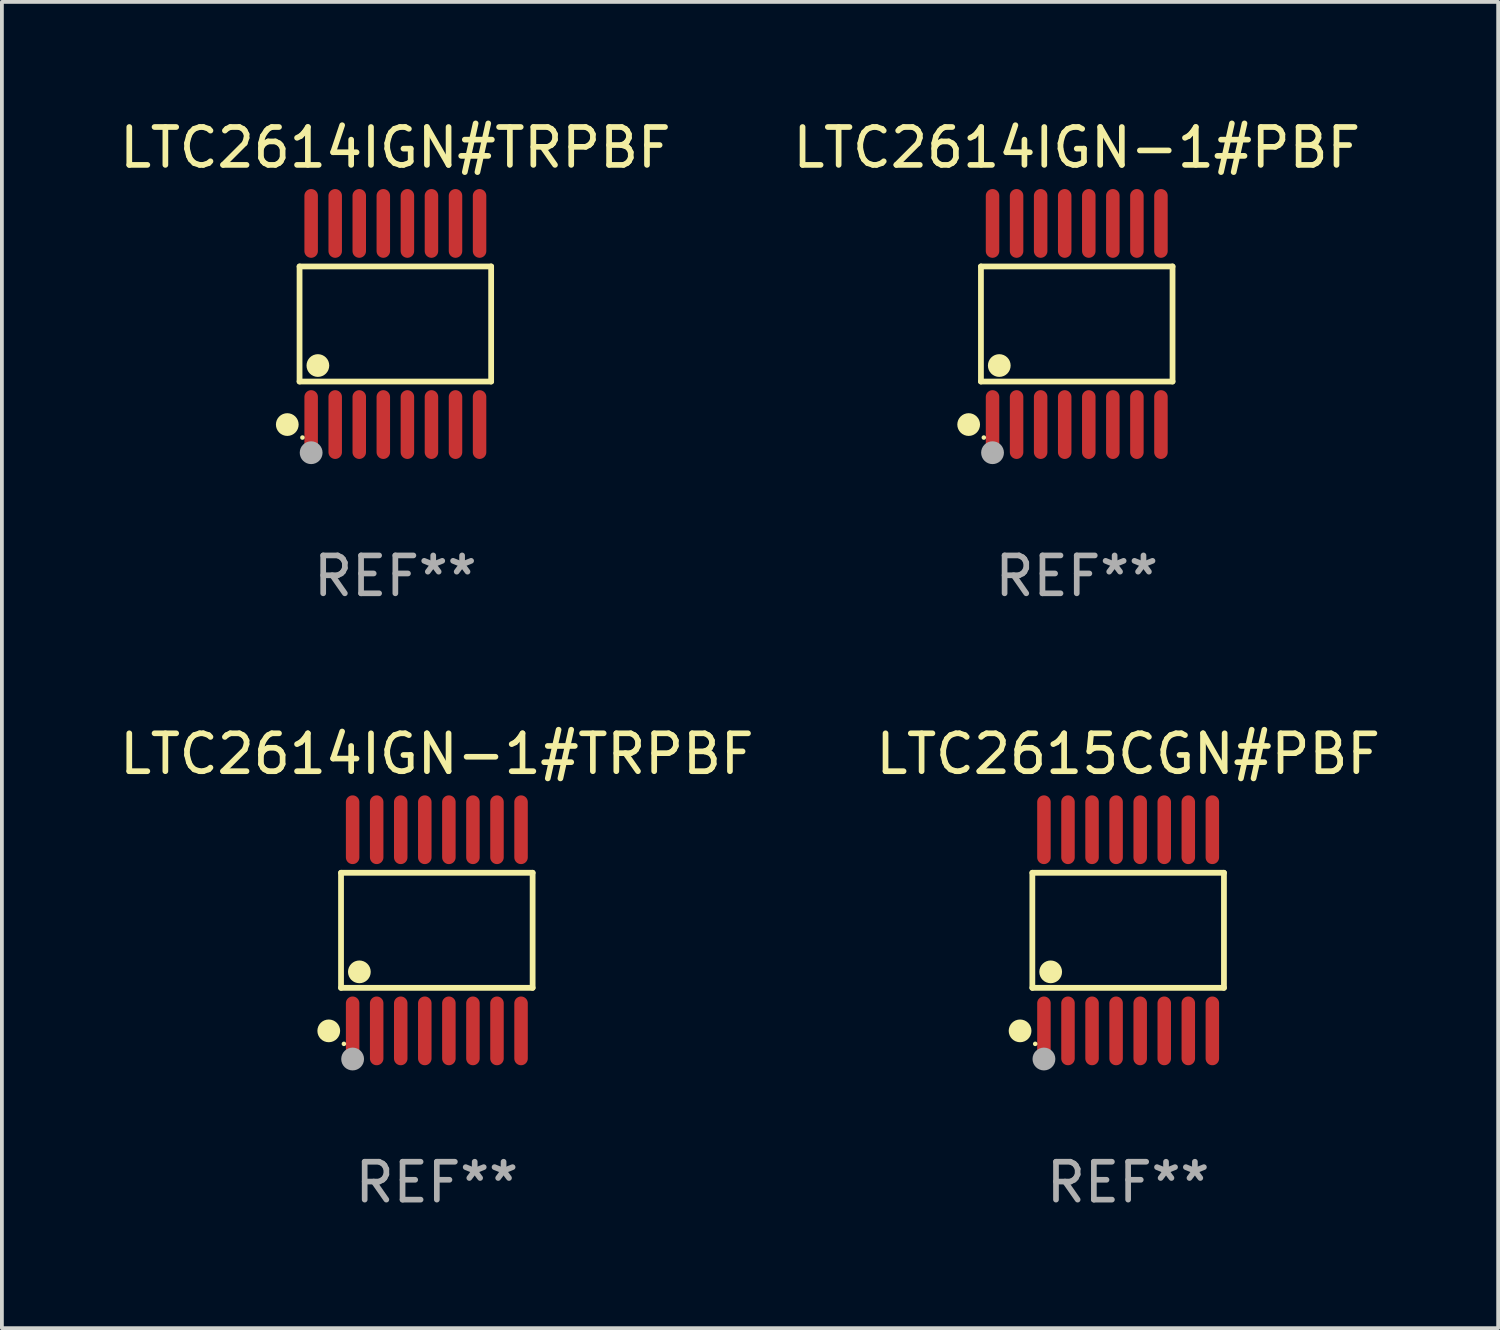
<source format=kicad_pcb>
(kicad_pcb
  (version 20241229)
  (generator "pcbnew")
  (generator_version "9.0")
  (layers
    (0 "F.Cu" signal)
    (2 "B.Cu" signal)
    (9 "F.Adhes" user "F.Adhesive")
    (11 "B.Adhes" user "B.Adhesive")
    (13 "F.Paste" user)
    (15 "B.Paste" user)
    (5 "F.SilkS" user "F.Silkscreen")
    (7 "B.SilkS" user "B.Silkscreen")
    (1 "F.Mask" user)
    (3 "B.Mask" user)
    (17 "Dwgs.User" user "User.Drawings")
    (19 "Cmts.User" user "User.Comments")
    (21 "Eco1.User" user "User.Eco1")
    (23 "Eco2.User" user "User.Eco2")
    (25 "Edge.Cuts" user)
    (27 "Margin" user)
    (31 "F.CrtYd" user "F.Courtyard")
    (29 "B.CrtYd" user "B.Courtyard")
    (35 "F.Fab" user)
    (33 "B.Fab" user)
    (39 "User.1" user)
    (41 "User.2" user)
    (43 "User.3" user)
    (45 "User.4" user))
  (footprint "LTC2614IGN-1#TRPBF"
    (layer "F.Cu")
    (at 8.482 21.509)
    (property "Reference" "LTC2614IGN-1#TRPBF" (at 0 -4.655 0) (layer "F.SilkS") (effects (font (size 1 1) (thickness 0.15))))
    (attr through_hole)
    (fp_line (start -2.529 -1.519) (end 2.529 -1.519) (stroke (width 0.152) (type solid)) (layer "F.SilkS"))
    (fp_line (start -2.529 1.519) (end -2.529 -1.519) (stroke (width 0.152) (type solid)) (layer "F.SilkS"))
    (fp_line (start 2.529 -1.519) (end 2.529 1.519) (stroke (width 0.152) (type solid)) (layer "F.SilkS"))
    (fp_line (start 2.529 1.519) (end -2.529 1.519) (stroke (width 0.152) (type solid)) (layer "F.SilkS"))
    (fp_circle (center -2.853 2.655) (end -2.703 2.655) (stroke (width 0.3) (type solid)) (fill no) (layer "F.SilkS"))
    (fp_circle (center -2.453 2.998) (end -2.423 2.998) (stroke (width 0.06) (type solid)) (fill no) (layer "F.SilkS"))
    (fp_circle (center -2.045 1.097) (end -1.895 1.097) (stroke (width 0.3) (type solid)) (fill no) (layer "F.SilkS"))
    (fp_circle (center -2.223 3.398) (end -2.072 3.398) (stroke (width 0.3) (type solid)) (fill no) (layer "F.Fab"))
    (fp_text user "REF**" (at 0 6.655 0) (layer "F.Fab") (effects (font (size 1 1) (thickness 0.15))))
    (pad "1" smd oval (at -2.223 2.655) (size 0.356 1.815) (layers "F.Cu" "F.Mask" "F.Paste"))
    (pad "2" smd oval (at -1.588 2.655) (size 0.356 1.815) (layers "F.Cu" "F.Mask" "F.Paste"))
    (pad "3" smd oval (at -0.953 2.655) (size 0.356 1.815) (layers "F.Cu" "F.Mask" "F.Paste"))
    (pad "4" smd oval (at -0.318 2.655) (size 0.356 1.815) (layers "F.Cu" "F.Mask" "F.Paste"))
    (pad "5" smd oval (at 0.318 2.655) (size 0.356 1.815) (layers "F.Cu" "F.Mask" "F.Paste"))
    (pad "6" smd oval (at 0.953 2.655) (size 0.356 1.815) (layers "F.Cu" "F.Mask" "F.Paste"))
    (pad "7" smd oval (at 1.588 2.655) (size 0.356 1.815) (layers "F.Cu" "F.Mask" "F.Paste"))
    (pad "8" smd oval (at 2.223 2.655) (size 0.356 1.815) (layers "F.Cu" "F.Mask" "F.Paste"))
    (pad "9" smd oval (at 2.223 -2.655) (size 0.356 1.815) (layers "F.Cu" "F.Mask" "F.Paste"))
    (pad "10" smd oval (at 1.588 -2.655) (size 0.356 1.815) (layers "F.Cu" "F.Mask" "F.Paste"))
    (pad "11" smd oval (at 0.953 -2.655) (size 0.356 1.815) (layers "F.Cu" "F.Mask" "F.Paste"))
    (pad "12" smd oval (at 0.318 -2.655) (size 0.356 1.815) (layers "F.Cu" "F.Mask" "F.Paste"))
    (pad "13" smd oval (at -0.318 -2.655) (size 0.356 1.815) (layers "F.Cu" "F.Mask" "F.Paste"))
    (pad "14" smd oval (at -0.953 -2.655) (size 0.356 1.815) (layers "F.Cu" "F.Mask" "F.Paste"))
    (pad "15" smd oval (at -1.588 -2.655) (size 0.356 1.815) (layers "F.Cu" "F.Mask" "F.Paste"))
    (pad "16" smd oval (at -2.223 -2.655) (size 0.356 1.815) (layers "F.Cu" "F.Mask" "F.Paste")))
  (footprint "LTC2614IGN-1#PBF"
    (layer "F.Cu")
    (at 25.375 5.503)
    (property "Reference" "LTC2614IGN-1#PBF" (at 0 -4.655 0) (layer "F.SilkS") (effects (font (size 1 1) (thickness 0.15))))
    (attr through_hole)
    (fp_line (start -2.529 -1.519) (end 2.529 -1.519) (stroke (width 0.152) (type solid)) (layer "F.SilkS"))
    (fp_line (start -2.529 1.519) (end -2.529 -1.519) (stroke (width 0.152) (type solid)) (layer "F.SilkS"))
    (fp_line (start 2.529 -1.519) (end 2.529 1.519) (stroke (width 0.152) (type solid)) (layer "F.SilkS"))
    (fp_line (start 2.529 1.519) (end -2.529 1.519) (stroke (width 0.152) (type solid)) (layer "F.SilkS"))
    (fp_circle (center -2.853 2.655) (end -2.703 2.655) (stroke (width 0.3) (type solid)) (fill no) (layer "F.SilkS"))
    (fp_circle (center -2.453 2.998) (end -2.423 2.998) (stroke (width 0.06) (type solid)) (fill no) (layer "F.SilkS"))
    (fp_circle (center -2.045 1.097) (end -1.895 1.097) (stroke (width 0.3) (type solid)) (fill no) (layer "F.SilkS"))
    (fp_circle (center -2.223 3.398) (end -2.072 3.398) (stroke (width 0.3) (type solid)) (fill no) (layer "F.Fab"))
    (fp_text user "REF**" (at 0 6.655 0) (layer "F.Fab") (effects (font (size 1 1) (thickness 0.15))))
    (pad "1" smd oval (at -2.223 2.655) (size 0.356 1.815) (layers "F.Cu" "F.Mask" "F.Paste"))
    (pad "2" smd oval (at -1.588 2.655) (size 0.356 1.815) (layers "F.Cu" "F.Mask" "F.Paste"))
    (pad "3" smd oval (at -0.953 2.655) (size 0.356 1.815) (layers "F.Cu" "F.Mask" "F.Paste"))
    (pad "4" smd oval (at -0.318 2.655) (size 0.356 1.815) (layers "F.Cu" "F.Mask" "F.Paste"))
    (pad "5" smd oval (at 0.318 2.655) (size 0.356 1.815) (layers "F.Cu" "F.Mask" "F.Paste"))
    (pad "6" smd oval (at 0.953 2.655) (size 0.356 1.815) (layers "F.Cu" "F.Mask" "F.Paste"))
    (pad "7" smd oval (at 1.588 2.655) (size 0.356 1.815) (layers "F.Cu" "F.Mask" "F.Paste"))
    (pad "8" smd oval (at 2.223 2.655) (size 0.356 1.815) (layers "F.Cu" "F.Mask" "F.Paste"))
    (pad "9" smd oval (at 2.223 -2.655) (size 0.356 1.815) (layers "F.Cu" "F.Mask" "F.Paste"))
    (pad "10" smd oval (at 1.588 -2.655) (size 0.356 1.815) (layers "F.Cu" "F.Mask" "F.Paste"))
    (pad "11" smd oval (at 0.953 -2.655) (size 0.356 1.815) (layers "F.Cu" "F.Mask" "F.Paste"))
    (pad "12" smd oval (at 0.318 -2.655) (size 0.356 1.815) (layers "F.Cu" "F.Mask" "F.Paste"))
    (pad "13" smd oval (at -0.318 -2.655) (size 0.356 1.815) (layers "F.Cu" "F.Mask" "F.Paste"))
    (pad "14" smd oval (at -0.953 -2.655) (size 0.356 1.815) (layers "F.Cu" "F.Mask" "F.Paste"))
    (pad "15" smd oval (at -1.588 -2.655) (size 0.356 1.815) (layers "F.Cu" "F.Mask" "F.Paste"))
    (pad "16" smd oval (at -2.223 -2.655) (size 0.356 1.815) (layers "F.Cu" "F.Mask" "F.Paste")))
  (footprint "LTC2615CGN#PBF"
    (layer "F.Cu")
    (at 26.732 21.509)
    (property "Reference" "LTC2615CGN#PBF" (at 0 -4.655 0) (layer "F.SilkS") (effects (font (size 1 1) (thickness 0.15))))
    (attr through_hole)
    (fp_line (start -2.529 -1.519) (end 2.529 -1.519) (stroke (width 0.152) (type solid)) (layer "F.SilkS"))
    (fp_line (start -2.529 1.519) (end -2.529 -1.519) (stroke (width 0.152) (type solid)) (layer "F.SilkS"))
    (fp_line (start 2.529 -1.519) (end 2.529 1.519) (stroke (width 0.152) (type solid)) (layer "F.SilkS"))
    (fp_line (start 2.529 1.519) (end -2.529 1.519) (stroke (width 0.152) (type solid)) (layer "F.SilkS"))
    (fp_circle (center -2.853 2.655) (end -2.703 2.655) (stroke (width 0.3) (type solid)) (fill no) (layer "F.SilkS"))
    (fp_circle (center -2.453 2.998) (end -2.423 2.998) (stroke (width 0.06) (type solid)) (fill no) (layer "F.SilkS"))
    (fp_circle (center -2.045 1.097) (end -1.895 1.097) (stroke (width 0.3) (type solid)) (fill no) (layer "F.SilkS"))
    (fp_circle (center -2.223 3.398) (end -2.072 3.398) (stroke (width 0.3) (type solid)) (fill no) (layer "F.Fab"))
    (fp_text user "REF**" (at 0 6.655 0) (layer "F.Fab") (effects (font (size 1 1) (thickness 0.15))))
    (pad "1" smd oval (at -2.223 2.655) (size 0.356 1.815) (layers "F.Cu" "F.Mask" "F.Paste"))
    (pad "2" smd oval (at -1.588 2.655) (size 0.356 1.815) (layers "F.Cu" "F.Mask" "F.Paste"))
    (pad "3" smd oval (at -0.953 2.655) (size 0.356 1.815) (layers "F.Cu" "F.Mask" "F.Paste"))
    (pad "4" smd oval (at -0.318 2.655) (size 0.356 1.815) (layers "F.Cu" "F.Mask" "F.Paste"))
    (pad "5" smd oval (at 0.318 2.655) (size 0.356 1.815) (layers "F.Cu" "F.Mask" "F.Paste"))
    (pad "6" smd oval (at 0.953 2.655) (size 0.356 1.815) (layers "F.Cu" "F.Mask" "F.Paste"))
    (pad "7" smd oval (at 1.588 2.655) (size 0.356 1.815) (layers "F.Cu" "F.Mask" "F.Paste"))
    (pad "8" smd oval (at 2.223 2.655) (size 0.356 1.815) (layers "F.Cu" "F.Mask" "F.Paste"))
    (pad "9" smd oval (at 2.223 -2.655) (size 0.356 1.815) (layers "F.Cu" "F.Mask" "F.Paste"))
    (pad "10" smd oval (at 1.588 -2.655) (size 0.356 1.815) (layers "F.Cu" "F.Mask" "F.Paste"))
    (pad "11" smd oval (at 0.953 -2.655) (size 0.356 1.815) (layers "F.Cu" "F.Mask" "F.Paste"))
    (pad "12" smd oval (at 0.318 -2.655) (size 0.356 1.815) (layers "F.Cu" "F.Mask" "F.Paste"))
    (pad "13" smd oval (at -0.318 -2.655) (size 0.356 1.815) (layers "F.Cu" "F.Mask" "F.Paste"))
    (pad "14" smd oval (at -0.953 -2.655) (size 0.356 1.815) (layers "F.Cu" "F.Mask" "F.Paste"))
    (pad "15" smd oval (at -1.588 -2.655) (size 0.356 1.815) (layers "F.Cu" "F.Mask" "F.Paste"))
    (pad "16" smd oval (at -2.223 -2.655) (size 0.356 1.815) (layers "F.Cu" "F.Mask" "F.Paste")))
  (footprint "LTC2614IGN#TRPBF"
    (layer "F.Cu")
    (at 7.387 5.503)
    (property "Reference" "LTC2614IGN#TRPBF" (at 0 -4.655 0) (layer "F.SilkS") (effects (font (size 1 1) (thickness 0.15))))
    (attr through_hole)
    (fp_line (start -2.529 -1.519) (end 2.529 -1.519) (stroke (width 0.152) (type solid)) (layer "F.SilkS"))
    (fp_line (start -2.529 1.519) (end -2.529 -1.519) (stroke (width 0.152) (type solid)) (layer "F.SilkS"))
    (fp_line (start 2.529 -1.519) (end 2.529 1.519) (stroke (width 0.152) (type solid)) (layer "F.SilkS"))
    (fp_line (start 2.529 1.519) (end -2.529 1.519) (stroke (width 0.152) (type solid)) (layer "F.SilkS"))
    (fp_circle (center -2.853 2.655) (end -2.703 2.655) (stroke (width 0.3) (type solid)) (fill no) (layer "F.SilkS"))
    (fp_circle (center -2.453 2.998) (end -2.423 2.998) (stroke (width 0.06) (type solid)) (fill no) (layer "F.SilkS"))
    (fp_circle (center -2.045 1.097) (end -1.895 1.097) (stroke (width 0.3) (type solid)) (fill no) (layer "F.SilkS"))
    (fp_circle (center -2.223 3.398) (end -2.072 3.398) (stroke (width 0.3) (type solid)) (fill no) (layer "F.Fab"))
    (fp_text user "REF**" (at 0 6.655 0) (layer "F.Fab") (effects (font (size 1 1) (thickness 0.15))))
    (pad "1" smd oval (at -2.223 2.655) (size 0.356 1.815) (layers "F.Cu" "F.Mask" "F.Paste"))
    (pad "2" smd oval (at -1.588 2.655) (size 0.356 1.815) (layers "F.Cu" "F.Mask" "F.Paste"))
    (pad "3" smd oval (at -0.953 2.655) (size 0.356 1.815) (layers "F.Cu" "F.Mask" "F.Paste"))
    (pad "4" smd oval (at -0.318 2.655) (size 0.356 1.815) (layers "F.Cu" "F.Mask" "F.Paste"))
    (pad "5" smd oval (at 0.318 2.655) (size 0.356 1.815) (layers "F.Cu" "F.Mask" "F.Paste"))
    (pad "6" smd oval (at 0.953 2.655) (size 0.356 1.815) (layers "F.Cu" "F.Mask" "F.Paste"))
    (pad "7" smd oval (at 1.588 2.655) (size 0.356 1.815) (layers "F.Cu" "F.Mask" "F.Paste"))
    (pad "8" smd oval (at 2.223 2.655) (size 0.356 1.815) (layers "F.Cu" "F.Mask" "F.Paste"))
    (pad "9" smd oval (at 2.223 -2.655) (size 0.356 1.815) (layers "F.Cu" "F.Mask" "F.Paste"))
    (pad "10" smd oval (at 1.588 -2.655) (size 0.356 1.815) (layers "F.Cu" "F.Mask" "F.Paste"))
    (pad "11" smd oval (at 0.953 -2.655) (size 0.356 1.815) (layers "F.Cu" "F.Mask" "F.Paste"))
    (pad "12" smd oval (at 0.318 -2.655) (size 0.356 1.815) (layers "F.Cu" "F.Mask" "F.Paste"))
    (pad "13" smd oval (at -0.318 -2.655) (size 0.356 1.815) (layers "F.Cu" "F.Mask" "F.Paste"))
    (pad "14" smd oval (at -0.953 -2.655) (size 0.356 1.815) (layers "F.Cu" "F.Mask" "F.Paste"))
    (pad "15" smd oval (at -1.588 -2.655) (size 0.356 1.815) (layers "F.Cu" "F.Mask" "F.Paste"))
    (pad "16" smd oval (at -2.223 -2.655) (size 0.356 1.815) (layers "F.Cu" "F.Mask" "F.Paste")))
  (gr_rect
    (start -3 -3)
    (end 36.5 32.012)
    (stroke (width 0.1) (type default))
    (fill no)
    (layer "Edge.Cuts")))
</source>
